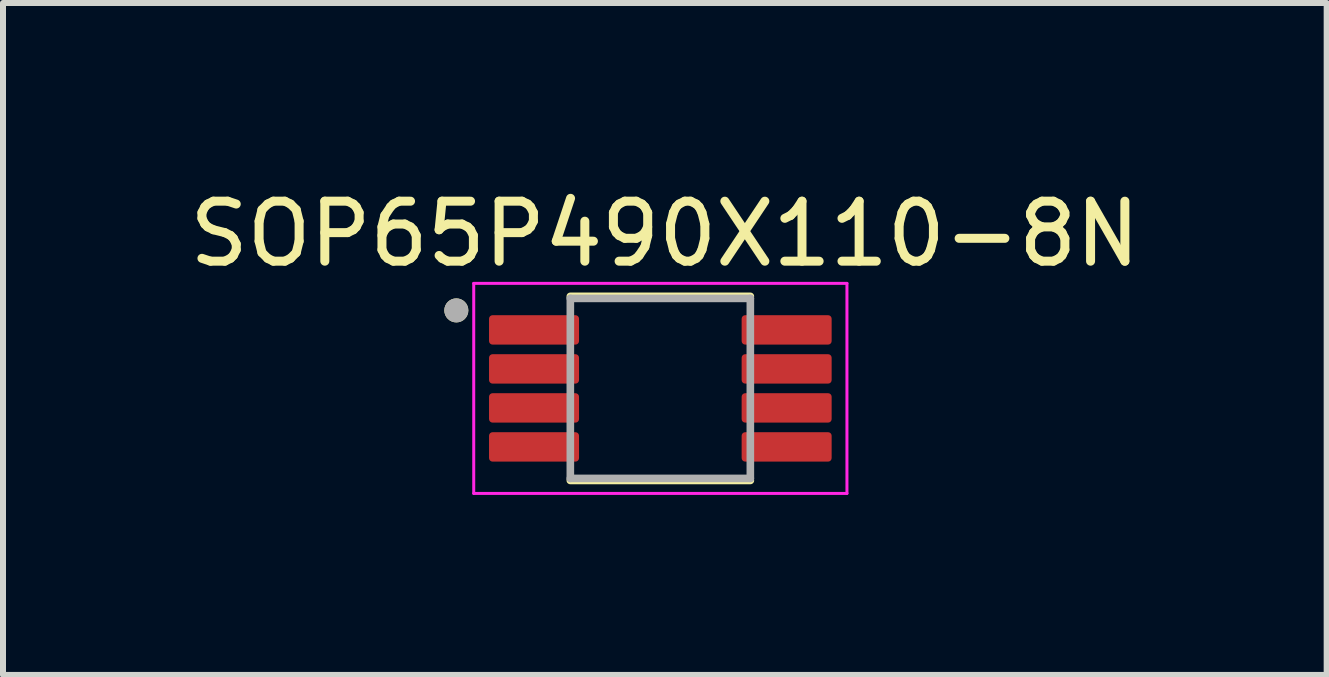
<source format=kicad_pcb>
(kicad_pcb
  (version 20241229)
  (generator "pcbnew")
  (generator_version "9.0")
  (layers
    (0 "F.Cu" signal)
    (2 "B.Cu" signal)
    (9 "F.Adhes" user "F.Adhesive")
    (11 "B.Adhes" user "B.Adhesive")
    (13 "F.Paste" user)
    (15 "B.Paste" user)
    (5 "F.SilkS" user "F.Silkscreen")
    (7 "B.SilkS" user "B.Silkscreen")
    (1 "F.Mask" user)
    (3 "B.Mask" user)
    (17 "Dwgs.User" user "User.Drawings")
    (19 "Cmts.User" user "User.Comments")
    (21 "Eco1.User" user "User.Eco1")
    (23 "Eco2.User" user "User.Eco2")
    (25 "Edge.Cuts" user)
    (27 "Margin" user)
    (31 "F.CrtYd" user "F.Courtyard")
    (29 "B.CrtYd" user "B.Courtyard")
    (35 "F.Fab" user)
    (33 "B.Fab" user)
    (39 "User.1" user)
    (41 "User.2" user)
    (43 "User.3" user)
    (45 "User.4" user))
  (footprint "SOP65P490X110-8N"
    (layer "F.Cu")
    (at 7.955 3.423)
    (property "Reference" "SOP65P490X110-8N" (at 0.075 -2.575 0) (layer "F.SilkS") (effects (font (size 1 1) (thickness 0.15))))
    (attr smd)
    (fp_line (start -1.5 -1.534) (end 1.5 -1.534) (stroke (width 0.127) (type solid)) (layer "F.SilkS"))
    (fp_line (start 1.5 1.534) (end -1.5 1.534) (stroke (width 0.127) (type solid)) (layer "F.SilkS"))
    (fp_circle (center -3.4 -1.3) (end -3.3 -1.3) (stroke (width 0.2) (type solid)) (fill no) (layer "F.SilkS"))
    (fp_line (start -3.11 -1.75) (end 3.11 -1.75) (stroke (width 0.05) (type solid)) (layer "F.CrtYd"))
    (fp_line (start -3.11 1.75) (end -3.11 -1.75) (stroke (width 0.05) (type solid)) (layer "F.CrtYd"))
    (fp_line (start 3.11 -1.75) (end 3.11 1.75) (stroke (width 0.05) (type solid)) (layer "F.CrtYd"))
    (fp_line (start 3.11 1.75) (end -3.11 1.75) (stroke (width 0.05) (type solid)) (layer "F.CrtYd"))
    (fp_line (start -1.5 -1.5) (end 1.5 -1.5) (stroke (width 0.127) (type solid)) (layer "F.Fab"))
    (fp_line (start -1.5 1.5) (end -1.5 -1.5) (stroke (width 0.127) (type solid)) (layer "F.Fab"))
    (fp_line (start 1.5 -1.5) (end 1.5 1.5) (stroke (width 0.127) (type solid)) (layer "F.Fab"))
    (fp_line (start 1.5 1.5) (end -1.5 1.5) (stroke (width 0.127) (type solid)) (layer "F.Fab"))
    (fp_circle (center -3.4 -1.3) (end -3.3 -1.3) (stroke (width 0.2) (type solid)) (fill no) (layer "F.Fab"))
    (pad "1" smd roundrect (at -2.105 -0.975) (size 1.5 0.49) (layers "F.Cu" "F.Mask" "F.Paste") (roundrect_rratio 0.12))
    (pad "2" smd roundrect (at -2.105 -0.325) (size 1.5 0.49) (layers "F.Cu" "F.Mask" "F.Paste") (roundrect_rratio 0.12))
    (pad "3" smd roundrect (at -2.105 0.325) (size 1.5 0.49) (layers "F.Cu" "F.Mask" "F.Paste") (roundrect_rratio 0.12))
    (pad "4" smd roundrect (at -2.105 0.975) (size 1.5 0.49) (layers "F.Cu" "F.Mask" "F.Paste") (roundrect_rratio 0.12))
    (pad "5" smd roundrect (at 2.105 0.975 180) (size 1.5 0.49) (layers "F.Cu" "F.Mask" "F.Paste") (roundrect_rratio 0.12))
    (pad "6" smd roundrect (at 2.105 0.325 180) (size 1.5 0.49) (layers "F.Cu" "F.Mask" "F.Paste") (roundrect_rratio 0.12))
    (pad "7" smd roundrect (at 2.105 -0.325 180) (size 1.5 0.49) (layers "F.Cu" "F.Mask" "F.Paste") (roundrect_rratio 0.12))
    (pad "8" smd roundrect (at 2.105 -0.975 180) (size 1.5 0.49) (layers "F.Cu" "F.Mask" "F.Paste") (roundrect_rratio 0.12)))
  (gr_rect
    (start -3 -3)
    (end 19.06 8.198)
    (stroke (width 0.1) (type default))
    (fill no)
    (layer "Edge.Cuts")))
</source>
